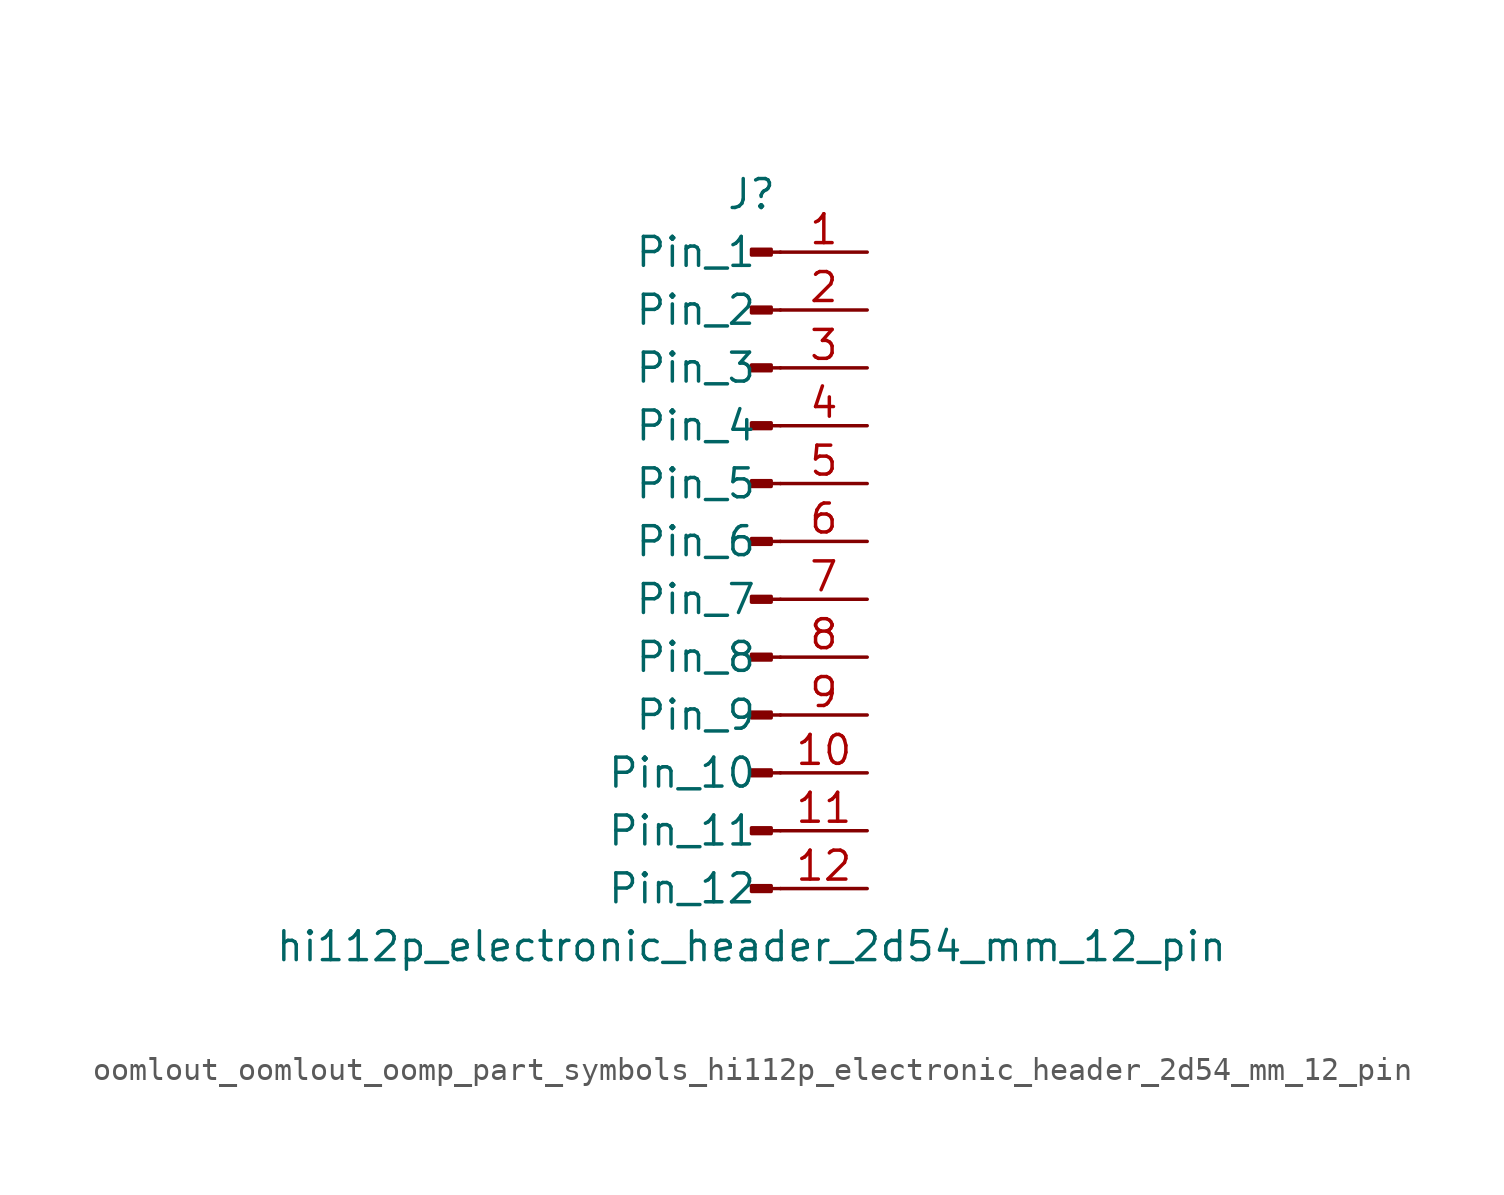
<source format=kicad_sym>
(kicad_symbol_lib
  (version 20220914)
  (generator kicad_symbol_editor)
  (symbol "oomlout_oomlout_oomp_part_symbols_hi112p_electronic_header_2d54_mm_12_pin"
    (pin_names
      (offset 1.016))
    (property "Reference" "J"
      (at 0 15.24 0)
      (effects (font (size 1.27 1.27))))
    (property "Value" "hi112p_electronic_header_2d54_mm_12_pin"
      (at 0 -17.78 0)
      (effects (font (size 1.27 1.27))))
    (property "ki_locked" ""
      (at 0 0 0)
      (effects (font (size 1.27 1.27))))
    (symbol "oomlout_oomlout_oomp_part_symbols_hi112p_electronic_header_2d54_mm_12_pin_1_1"
      (polyline (pts (xy 1.27 -15.24) (xy 0.864 -15.24)) (stroke (width 0.152) (type default)) (fill (type none)))
      (polyline (pts (xy 1.27 -12.7) (xy 0.864 -12.7)) (stroke (width 0.152) (type default)) (fill (type none)))
      (polyline (pts (xy 1.27 -10.16) (xy 0.864 -10.16)) (stroke (width 0.152) (type default)) (fill (type none)))
      (polyline (pts (xy 1.27 -7.62) (xy 0.864 -7.62)) (stroke (width 0.152) (type default)) (fill (type none)))
      (polyline (pts (xy 1.27 -5.08) (xy 0.864 -5.08)) (stroke (width 0.152) (type default)) (fill (type none)))
      (polyline (pts (xy 1.27 -2.54) (xy 0.864 -2.54)) (stroke (width 0.152) (type default)) (fill (type none)))
      (polyline (pts (xy 1.27 0) (xy 0.864 0)) (stroke (width 0.152) (type default)) (fill (type none)))
      (polyline (pts (xy 1.27 2.54) (xy 0.864 2.54)) (stroke (width 0.152) (type default)) (fill (type none)))
      (polyline (pts (xy 1.27 5.08) (xy 0.864 5.08)) (stroke (width 0.152) (type default)) (fill (type none)))
      (polyline (pts (xy 1.27 7.62) (xy 0.864 7.62)) (stroke (width 0.152) (type default)) (fill (type none)))
      (polyline (pts (xy 1.27 10.16) (xy 0.864 10.16)) (stroke (width 0.152) (type default)) (fill (type none)))
      (polyline (pts (xy 1.27 12.7) (xy 0.864 12.7)) (stroke (width 0.152) (type default)) (fill (type none)))
      (rectangle (start 0.864 -15.113) (end 0 -15.367) (stroke (width 0.152) (type default)) (fill (type outline)))
      (rectangle (start 0.864 -12.573) (end 0 -12.827) (stroke (width 0.152) (type default)) (fill (type outline)))
      (rectangle (start 0.864 -10.033) (end 0 -10.287) (stroke (width 0.152) (type default)) (fill (type outline)))
      (rectangle (start 0.864 -7.493) (end 0 -7.747) (stroke (width 0.152) (type default)) (fill (type outline)))
      (rectangle (start 0.864 -4.953) (end 0 -5.207) (stroke (width 0.152) (type default)) (fill (type outline)))
      (rectangle (start 0.864 -2.413) (end 0 -2.667) (stroke (width 0.152) (type default)) (fill (type outline)))
      (rectangle (start 0.864 0.127) (end 0 -0.127) (stroke (width 0.152) (type default)) (fill (type outline)))
      (rectangle (start 0.864 2.667) (end 0 2.413) (stroke (width 0.152) (type default)) (fill (type outline)))
      (rectangle (start 0.864 5.207) (end 0 4.953) (stroke (width 0.152) (type default)) (fill (type outline)))
      (rectangle (start 0.864 7.747) (end 0 7.493) (stroke (width 0.152) (type default)) (fill (type outline)))
      (rectangle (start 0.864 10.287) (end 0 10.033) (stroke (width 0.152) (type default)) (fill (type outline)))
      (rectangle (start 0.864 12.827) (end 0 12.573) (stroke (width 0.152) (type default)) (fill (type outline)))
      (pin passive line (at 5.08 12.7 180) (length 3.81) (name "Pin_1" (effects (font (size 1.27 1.27)))) (number "1" (effects (font (size 1.27 1.27)))))
      (pin passive line (at 5.08 -10.16 180) (length 3.81) (name "Pin_10" (effects (font (size 1.27 1.27)))) (number "10" (effects (font (size 1.27 1.27)))))
      (pin passive line (at 5.08 -12.7 180) (length 3.81) (name "Pin_11" (effects (font (size 1.27 1.27)))) (number "11" (effects (font (size 1.27 1.27)))))
      (pin passive line (at 5.08 -15.24 180) (length 3.81) (name "Pin_12" (effects (font (size 1.27 1.27)))) (number "12" (effects (font (size 1.27 1.27)))))
      (pin passive line (at 5.08 10.16 180) (length 3.81) (name "Pin_2" (effects (font (size 1.27 1.27)))) (number "2" (effects (font (size 1.27 1.27)))))
      (pin passive line (at 5.08 7.62 180) (length 3.81) (name "Pin_3" (effects (font (size 1.27 1.27)))) (number "3" (effects (font (size 1.27 1.27)))))
      (pin passive line (at 5.08 5.08 180) (length 3.81) (name "Pin_4" (effects (font (size 1.27 1.27)))) (number "4" (effects (font (size 1.27 1.27)))))
      (pin passive line (at 5.08 2.54 180) (length 3.81) (name "Pin_5" (effects (font (size 1.27 1.27)))) (number "5" (effects (font (size 1.27 1.27)))))
      (pin passive line (at 5.08 0 180) (length 3.81) (name "Pin_6" (effects (font (size 1.27 1.27)))) (number "6" (effects (font (size 1.27 1.27)))))
      (pin passive line (at 5.08 -2.54 180) (length 3.81) (name "Pin_7" (effects (font (size 1.27 1.27)))) (number "7" (effects (font (size 1.27 1.27)))))
      (pin passive line (at 5.08 -5.08 180) (length 3.81) (name "Pin_8" (effects (font (size 1.27 1.27)))) (number "8" (effects (font (size 1.27 1.27)))))
      (pin passive line (at 5.08 -7.62 180) (length 3.81) (name "Pin_9" (effects (font (size 1.27 1.27)))) (number "9" (effects (font (size 1.27 1.27))))))))
</source>
